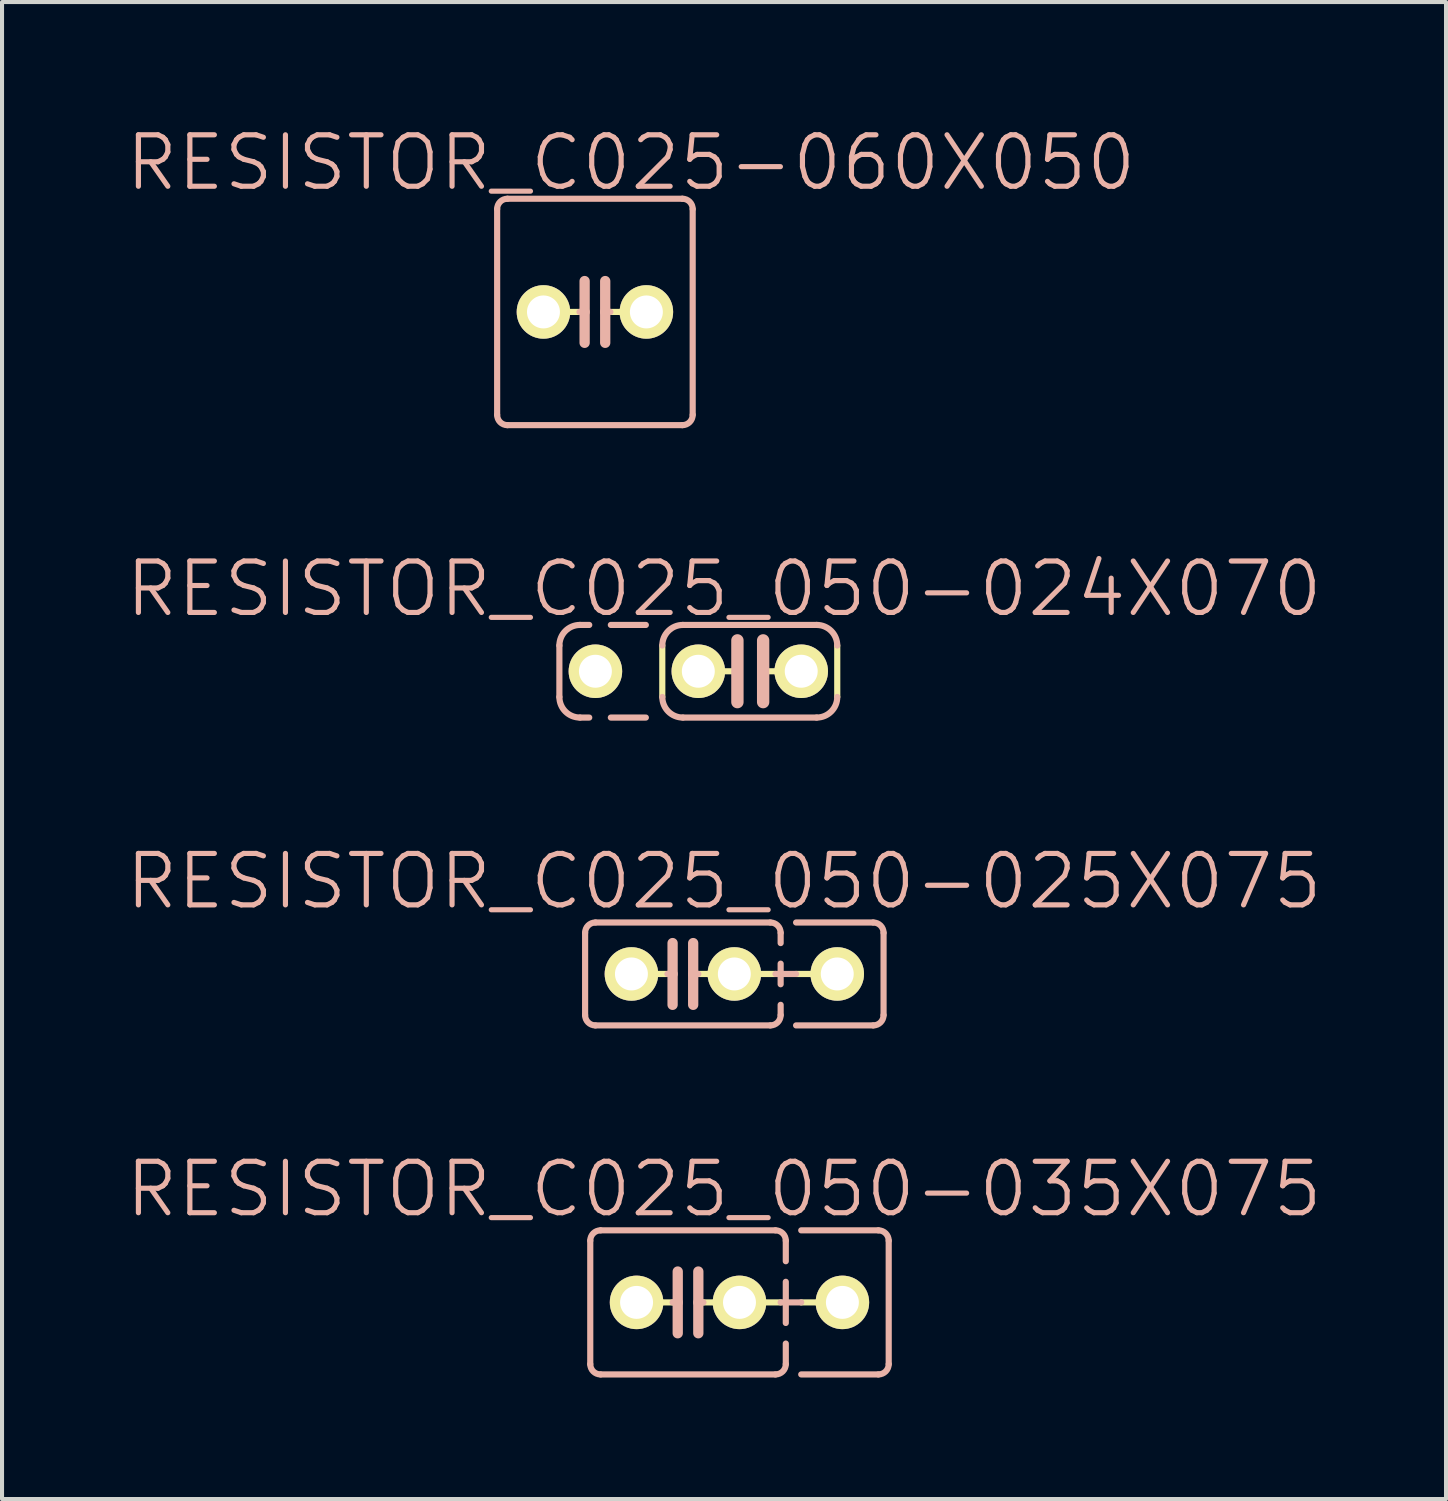
<source format=kicad_pcb>
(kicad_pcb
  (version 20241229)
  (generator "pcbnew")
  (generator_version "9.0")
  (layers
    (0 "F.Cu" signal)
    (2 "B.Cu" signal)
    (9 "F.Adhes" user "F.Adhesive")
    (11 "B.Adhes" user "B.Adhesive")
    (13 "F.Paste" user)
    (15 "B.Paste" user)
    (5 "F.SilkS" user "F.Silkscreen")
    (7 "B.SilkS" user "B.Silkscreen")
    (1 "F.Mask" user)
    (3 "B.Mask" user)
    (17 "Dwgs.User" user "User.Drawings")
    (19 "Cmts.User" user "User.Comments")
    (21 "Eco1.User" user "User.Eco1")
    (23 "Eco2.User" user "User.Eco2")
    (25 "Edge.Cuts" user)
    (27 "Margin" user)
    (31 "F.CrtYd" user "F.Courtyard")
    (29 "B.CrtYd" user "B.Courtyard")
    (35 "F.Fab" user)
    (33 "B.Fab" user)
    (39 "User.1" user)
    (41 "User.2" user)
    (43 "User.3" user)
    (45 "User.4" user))
  (footprint "RESISTOR_C025_050-035X075"
    (layer "F.Cu")
    (at 13.931 29.094)
    (property "Reference" "RESISTOR_C025_050-035X075" (at 0.889 -2.794 0) (layer "B.SilkS") (effects (font (size 1.27 1.27) (thickness 0.127))))
    (attr exclude_from_pos_files exclude_from_bom)
    (fp_line (start -0.381 0) (end -0.762 0) (stroke (width 0.152) (type solid)) (layer "F.SilkS"))
    (fp_line (start 0.381 0) (end 0.762 0) (stroke (width 0.152) (type solid)) (layer "F.SilkS"))
    (fp_line (start 2.286 0) (end 1.778 0) (stroke (width 0.152) (type solid)) (layer "F.SilkS"))
    (fp_line (start 2.794 0) (end 3.302 0) (stroke (width 0.152) (type solid)) (layer "F.SilkS"))
    (fp_line (start -2.413 -1.524) (end -2.413 1.524) (stroke (width 0.152) (type solid)) (layer "B.SilkS"))
    (fp_line (start -2.159 -1.778) (end 2.159 -1.778) (stroke (width 0.152) (type solid)) (layer "B.SilkS"))
    (fp_line (start -0.254 -0.762) (end -0.254 0) (stroke (width 0.254) (type solid)) (layer "B.SilkS"))
    (fp_line (start -0.254 0) (end -0.381 0) (stroke (width 0.152) (type solid)) (layer "B.SilkS"))
    (fp_line (start -0.254 0) (end -0.254 0.762) (stroke (width 0.254) (type solid)) (layer "B.SilkS"))
    (fp_line (start 0.254 0) (end 0.254 -0.762) (stroke (width 0.254) (type solid)) (layer "B.SilkS"))
    (fp_line (start 0.254 0) (end 0.254 0.762) (stroke (width 0.254) (type solid)) (layer "B.SilkS"))
    (fp_line (start 0.381 0) (end 0.254 0) (stroke (width 0.152) (type solid)) (layer "B.SilkS"))
    (fp_line (start 2.159 1.778) (end -2.159 1.778) (stroke (width 0.152) (type solid)) (layer "B.SilkS"))
    (fp_line (start 2.286 0) (end 2.794 0) (stroke (width 0.152) (type solid)) (layer "B.SilkS"))
    (fp_line (start 2.413 -1.524) (end 2.413 -1.016) (stroke (width 0.152) (type solid)) (layer "B.SilkS"))
    (fp_line (start 2.413 -0.508) (end 2.413 0.508) (stroke (width 0.152) (type solid)) (layer "B.SilkS"))
    (fp_line (start 2.413 1.016) (end 2.413 1.524) (stroke (width 0.152) (type solid)) (layer "B.SilkS"))
    (fp_line (start 2.794 -1.778) (end 4.699 -1.778) (stroke (width 0.152) (type solid)) (layer "B.SilkS"))
    (fp_line (start 4.699 1.778) (end 2.794 1.778) (stroke (width 0.152) (type solid)) (layer "B.SilkS"))
    (fp_line (start 4.953 -1.524) (end 4.953 1.524) (stroke (width 0.152) (type solid)) (layer "B.SilkS"))
    (fp_arc (start -2.413 -1.524) (mid -2.338605 -1.703605) (end -2.159 -1.778) (stroke (width 0.1524) (type solid)) (layer "B.SilkS"))
    (fp_arc (start -2.159 1.778) (mid -2.338605 1.703605) (end -2.413 1.524) (stroke (width 0.1524) (type solid)) (layer "B.SilkS"))
    (fp_arc (start 2.159 -1.778) (mid 2.338605 -1.703605) (end 2.413 -1.524) (stroke (width 0.1524) (type solid)) (layer "B.SilkS"))
    (fp_arc (start 2.413 1.524) (mid 2.338605 1.703605) (end 2.159 1.778) (stroke (width 0.1524) (type solid)) (layer "B.SilkS"))
    (fp_arc (start 4.699 -1.778) (mid 4.878605 -1.703605) (end 4.953 -1.524) (stroke (width 0.1524) (type solid)) (layer "B.SilkS"))
    (fp_arc (start 4.953 1.524) (mid 4.878605 1.703605) (end 4.699 1.778) (stroke (width 0.1524) (type solid)) (layer "B.SilkS"))
    (pad "1" thru_hole circle (at -1.27 0) (size 1.321 1.321) (drill 0.813) (layers "*.Cu" "F.Mask" "F.SilkS" "F.Paste"))
    (pad "2" thru_hole circle (at 1.27 0) (size 1.321 1.321) (drill 0.813) (layers "*.Cu" "F.Mask" "F.SilkS" "F.Paste"))
    (pad "3" thru_hole circle (at 3.81 0) (size 1.321 1.321) (drill 0.813) (layers "*.Cu" "F.Mask" "F.SilkS" "F.Paste")))
  (footprint "RESISTOR_C025_050-024X070"
    (layer "F.Cu")
    (at 15.455 13.517)
    (property "Reference" "RESISTOR_C025_050-024X070" (at -0.635 -2.032 0) (layer "B.SilkS") (effects (font (size 1.27 1.27) (thickness 0.127))))
    (attr exclude_from_pos_files exclude_from_bom)
    (fp_line (start -2.159 0.635) (end -2.159 -0.635) (stroke (width 0.152) (type solid)) (layer "F.SilkS"))
    (fp_line (start -1.27 0) (end -0.305 0) (stroke (width 0.152) (type solid)) (layer "F.SilkS"))
    (fp_line (start 1.27 0) (end 0.33 0) (stroke (width 0.152) (type solid)) (layer "F.SilkS"))
    (fp_line (start 2.159 0.635) (end 2.159 -0.635) (stroke (width 0.152) (type solid)) (layer "F.SilkS"))
    (fp_line (start -4.699 0.635) (end -4.699 -0.635) (stroke (width 0.152) (type solid)) (layer "B.SilkS"))
    (fp_line (start -4.191 -1.143) (end -3.962 -1.143) (stroke (width 0.152) (type solid)) (layer "B.SilkS"))
    (fp_line (start -4.191 1.143) (end -3.962 1.143) (stroke (width 0.152) (type solid)) (layer "B.SilkS"))
    (fp_line (start -3.429 -1.143) (end -2.565 -1.143) (stroke (width 0.152) (type solid)) (layer "B.SilkS"))
    (fp_line (start -3.429 1.143) (end -2.565 1.143) (stroke (width 0.152) (type solid)) (layer "B.SilkS"))
    (fp_line (start -0.305 -0.762) (end -0.305 0.762) (stroke (width 0.305) (type solid)) (layer "B.SilkS"))
    (fp_line (start 0.33 -0.762) (end 0.33 0.762) (stroke (width 0.305) (type solid)) (layer "B.SilkS"))
    (fp_line (start 1.651 -1.143) (end -1.651 -1.143) (stroke (width 0.152) (type solid)) (layer "B.SilkS"))
    (fp_line (start 1.651 1.143) (end -1.651 1.143) (stroke (width 0.152) (type solid)) (layer "B.SilkS"))
    (fp_arc (start -4.699 -0.635) (mid -4.55021 -0.99421) (end -4.191 -1.143) (stroke (width 0.1524) (type solid)) (layer "B.SilkS"))
    (fp_arc (start -4.191 1.143) (mid -4.55021 0.99421) (end -4.699 0.635) (stroke (width 0.1524) (type solid)) (layer "B.SilkS"))
    (fp_arc (start -2.159 -0.635) (mid -2.01021 -0.99421) (end -1.651 -1.143) (stroke (width 0.1524) (type solid)) (layer "B.SilkS"))
    (fp_arc (start -1.651 1.143) (mid -2.01021 0.99421) (end -2.159 0.635) (stroke (width 0.1524) (type solid)) (layer "B.SilkS"))
    (fp_arc (start 1.651 -1.143) (mid 2.01021 -0.99421) (end 2.159 -0.635) (stroke (width 0.1524) (type solid)) (layer "B.SilkS"))
    (fp_arc (start 2.159 0.635) (mid 2.01021 0.99421) (end 1.651 1.143) (stroke (width 0.1524) (type solid)) (layer "B.SilkS"))
    (pad "1" thru_hole circle (at -3.81 0) (size 1.321 1.321) (drill 0.813) (layers "*.Cu" "F.Mask" "F.SilkS" "F.Paste"))
    (pad "2" thru_hole circle (at -1.27 0) (size 1.321 1.321) (drill 0.813) (layers "*.Cu" "F.Mask" "F.SilkS" "F.Paste"))
    (pad "3" thru_hole circle (at 1.27 0) (size 1.321 1.321) (drill 0.813) (layers "*.Cu" "F.Mask" "F.SilkS" "F.Paste")))
  (footprint "RESISTOR_C025_050-025X075"
    (layer "F.Cu")
    (at 13.804 20.988)
    (property "Reference" "RESISTOR_C025_050-025X075" (at 1.016 -2.286 0) (layer "B.SilkS") (effects (font (size 1.27 1.27) (thickness 0.127))))
    (attr exclude_from_pos_files exclude_from_bom)
    (fp_line (start -0.381 0) (end -0.762 0) (stroke (width 0.152) (type solid)) (layer "F.SilkS"))
    (fp_line (start 0.762 0) (end 0.381 0) (stroke (width 0.152) (type solid)) (layer "F.SilkS"))
    (fp_line (start 1.778 0) (end 2.286 0) (stroke (width 0.152) (type solid)) (layer "F.SilkS"))
    (fp_line (start 2.794 0) (end 3.302 0) (stroke (width 0.152) (type solid)) (layer "F.SilkS"))
    (fp_line (start -2.413 -1.016) (end -2.413 1.016) (stroke (width 0.152) (type solid)) (layer "B.SilkS"))
    (fp_line (start -2.159 -1.27) (end 2.159 -1.27) (stroke (width 0.152) (type solid)) (layer "B.SilkS"))
    (fp_line (start -0.254 -0.762) (end -0.254 0) (stroke (width 0.254) (type solid)) (layer "B.SilkS"))
    (fp_line (start -0.254 0) (end -0.381 0) (stroke (width 0.152) (type solid)) (layer "B.SilkS"))
    (fp_line (start -0.254 0) (end -0.254 0.762) (stroke (width 0.254) (type solid)) (layer "B.SilkS"))
    (fp_line (start 0.254 0) (end 0.254 -0.762) (stroke (width 0.254) (type solid)) (layer "B.SilkS"))
    (fp_line (start 0.254 0) (end 0.254 0.762) (stroke (width 0.254) (type solid)) (layer "B.SilkS"))
    (fp_line (start 0.381 0) (end 0.254 0) (stroke (width 0.152) (type solid)) (layer "B.SilkS"))
    (fp_line (start 2.159 1.27) (end -2.159 1.27) (stroke (width 0.152) (type solid)) (layer "B.SilkS"))
    (fp_line (start 2.286 0) (end 2.794 0) (stroke (width 0.152) (type solid)) (layer "B.SilkS"))
    (fp_line (start 2.413 -1.016) (end 2.413 -0.762) (stroke (width 0.152) (type solid)) (layer "B.SilkS"))
    (fp_line (start 2.413 -0.254) (end 2.413 0.254) (stroke (width 0.152) (type solid)) (layer "B.SilkS"))
    (fp_line (start 2.413 0.762) (end 2.413 1.016) (stroke (width 0.152) (type solid)) (layer "B.SilkS"))
    (fp_line (start 2.794 -1.27) (end 4.699 -1.27) (stroke (width 0.152) (type solid)) (layer "B.SilkS"))
    (fp_line (start 4.699 1.27) (end 2.794 1.27) (stroke (width 0.152) (type solid)) (layer "B.SilkS"))
    (fp_line (start 4.953 -1.016) (end 4.953 1.016) (stroke (width 0.152) (type solid)) (layer "B.SilkS"))
    (fp_arc (start -2.413 -1.016) (mid -2.338605 -1.195605) (end -2.159 -1.27) (stroke (width 0.1524) (type solid)) (layer "B.SilkS"))
    (fp_arc (start -2.159 1.27) (mid -2.338605 1.195605) (end -2.413 1.016) (stroke (width 0.1524) (type solid)) (layer "B.SilkS"))
    (fp_arc (start 2.159 -1.27) (mid 2.338605 -1.195605) (end 2.413 -1.016) (stroke (width 0.1524) (type solid)) (layer "B.SilkS"))
    (fp_arc (start 2.413 1.016) (mid 2.338605 1.195605) (end 2.159 1.27) (stroke (width 0.1524) (type solid)) (layer "B.SilkS"))
    (fp_arc (start 4.699 -1.27) (mid 4.878605 -1.195605) (end 4.953 -1.016) (stroke (width 0.1524) (type solid)) (layer "B.SilkS"))
    (fp_arc (start 4.953 1.016) (mid 4.878605 1.195605) (end 4.699 1.27) (stroke (width 0.1524) (type solid)) (layer "B.SilkS"))
    (pad "1" thru_hole circle (at -1.27 0) (size 1.321 1.321) (drill 0.813) (layers "*.Cu" "F.Mask" "F.SilkS" "F.Paste"))
    (pad "2" thru_hole circle (at 1.27 0) (size 1.321 1.321) (drill 0.813) (layers "*.Cu" "F.Mask" "F.SilkS" "F.Paste"))
    (pad "3" thru_hole circle (at 3.81 0) (size 1.321 1.321) (drill 0.813) (layers "*.Cu" "F.Mask" "F.SilkS" "F.Paste")))
  (footprint "RESISTOR_C025-060X050"
    (layer "F.Cu")
    (at 11.633 4.649)
    (property "Reference" "RESISTOR_C025-060X050" (at 0.889 -3.683 0) (layer "B.SilkS") (effects (font (size 1.27 1.27) (thickness 0.127))))
    (attr exclude_from_pos_files exclude_from_bom)
    (fp_line (start -0.381 0) (end -0.762 0) (stroke (width 0.152) (type solid)) (layer "F.SilkS"))
    (fp_line (start 0.762 0) (end 0.381 0) (stroke (width 0.152) (type solid)) (layer "F.SilkS"))
    (fp_line (start -2.413 -2.54) (end -2.413 2.54) (stroke (width 0.152) (type solid)) (layer "B.SilkS"))
    (fp_line (start -2.159 -2.794) (end 2.159 -2.794) (stroke (width 0.152) (type solid)) (layer "B.SilkS"))
    (fp_line (start -0.254 -0.762) (end -0.254 0) (stroke (width 0.254) (type solid)) (layer "B.SilkS"))
    (fp_line (start -0.254 0) (end -0.381 0) (stroke (width 0.152) (type solid)) (layer "B.SilkS"))
    (fp_line (start -0.254 0) (end -0.254 0.762) (stroke (width 0.254) (type solid)) (layer "B.SilkS"))
    (fp_line (start 0.254 0) (end 0.254 -0.762) (stroke (width 0.254) (type solid)) (layer "B.SilkS"))
    (fp_line (start 0.254 0) (end 0.254 0.762) (stroke (width 0.254) (type solid)) (layer "B.SilkS"))
    (fp_line (start 0.381 0) (end 0.254 0) (stroke (width 0.152) (type solid)) (layer "B.SilkS"))
    (fp_line (start 2.159 2.794) (end -2.159 2.794) (stroke (width 0.152) (type solid)) (layer "B.SilkS"))
    (fp_line (start 2.413 -2.54) (end 2.413 2.54) (stroke (width 0.152) (type solid)) (layer "B.SilkS"))
    (fp_arc (start -2.413 -2.54) (mid -2.338605 -2.719605) (end -2.159 -2.794) (stroke (width 0.1524) (type solid)) (layer "B.SilkS"))
    (fp_arc (start -2.159 2.794) (mid -2.338605 2.719605) (end -2.413 2.54) (stroke (width 0.1524) (type solid)) (layer "B.SilkS"))
    (fp_arc (start 2.159 -2.794) (mid 2.338605 -2.719605) (end 2.413 -2.54) (stroke (width 0.1524) (type solid)) (layer "B.SilkS"))
    (fp_arc (start 2.413 2.54) (mid 2.338605 2.719605) (end 2.159 2.794) (stroke (width 0.1524) (type solid)) (layer "B.SilkS"))
    (pad "1" thru_hole circle (at -1.27 0) (size 1.321 1.321) (drill 0.813) (layers "*.Cu" "F.Mask" "F.SilkS" "F.Paste"))
    (pad "2" thru_hole circle (at 1.27 0) (size 1.321 1.321) (drill 0.813) (layers "*.Cu" "F.Mask" "F.SilkS" "F.Paste")))
  (gr_rect
    (start -3 -3)
    (end 32.639 33.948)
    (stroke (width 0.1) (type default))
    (fill no)
    (layer "Edge.Cuts")))
</source>
